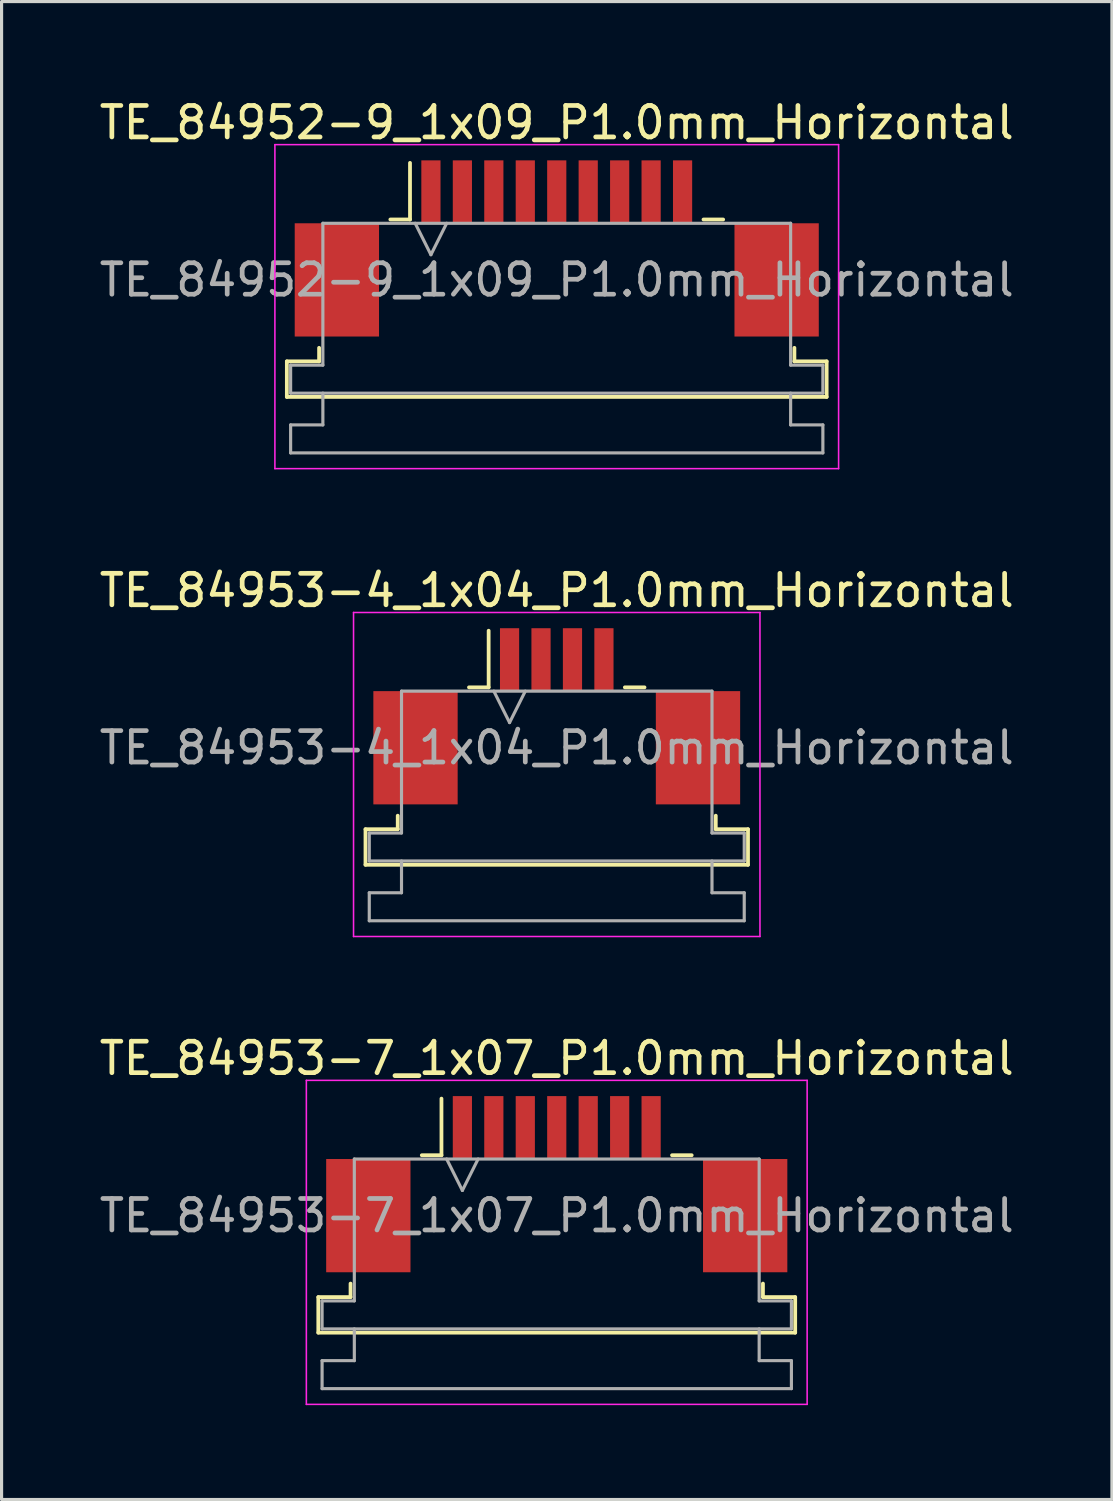
<source format=kicad_pcb>
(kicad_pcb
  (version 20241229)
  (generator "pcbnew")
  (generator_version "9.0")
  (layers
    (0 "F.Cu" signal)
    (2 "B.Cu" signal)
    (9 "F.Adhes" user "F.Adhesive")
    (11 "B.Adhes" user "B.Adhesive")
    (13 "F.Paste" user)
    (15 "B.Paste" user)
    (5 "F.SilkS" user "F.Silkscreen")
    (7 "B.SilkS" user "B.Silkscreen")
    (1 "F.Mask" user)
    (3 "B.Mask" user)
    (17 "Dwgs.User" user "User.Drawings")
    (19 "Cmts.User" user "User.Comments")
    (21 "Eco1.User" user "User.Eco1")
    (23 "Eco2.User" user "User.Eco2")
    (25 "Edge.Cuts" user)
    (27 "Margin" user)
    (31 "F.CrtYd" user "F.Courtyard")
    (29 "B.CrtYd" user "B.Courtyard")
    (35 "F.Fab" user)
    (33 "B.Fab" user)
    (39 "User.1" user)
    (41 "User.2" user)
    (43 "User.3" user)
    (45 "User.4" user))
  (footprint "TE_84952-9_1x09_P1.0mm_Horizontal"
    (layer "F.Cu")
    (at 14.649 4.848)
    (property "Reference" "TE_84952-9_1x09_P1.0mm_Horizontal" (at 0 -4 0) (layer "F.SilkS") (effects (font (size 1 1) (thickness 0.15))))
    (attr smd)
    (fp_line (start -8.58 3.59) (end -7.555 3.59) (stroke (width 0.12) (type solid)) (layer "F.SilkS"))
    (fp_line (start -8.58 4.72) (end -8.58 3.59) (stroke (width 0.12) (type solid)) (layer "F.SilkS"))
    (fp_line (start -7.555 3.59) (end -7.555 3.16) (stroke (width 0.12) (type solid)) (layer "F.SilkS"))
    (fp_line (start -5.29 -0.92) (end -4.665 -0.92) (stroke (width 0.12) (type solid)) (layer "F.SilkS"))
    (fp_line (start -4.665 -0.92) (end -4.665 -2.72) (stroke (width 0.12) (type solid)) (layer "F.SilkS"))
    (fp_line (start 4.665 -0.92) (end 5.29 -0.92) (stroke (width 0.12) (type solid)) (layer "F.SilkS"))
    (fp_line (start 7.555 3.16) (end 7.555 3.59) (stroke (width 0.12) (type solid)) (layer "F.SilkS"))
    (fp_line (start 7.555 3.59) (end 8.58 3.59) (stroke (width 0.12) (type solid)) (layer "F.SilkS"))
    (fp_line (start 8.58 3.59) (end 8.58 4.72) (stroke (width 0.12) (type solid)) (layer "F.SilkS"))
    (fp_line (start 8.58 4.72) (end -8.58 4.72) (stroke (width 0.12) (type solid)) (layer "F.SilkS"))
    (fp_line (start -8.96 -3.3) (end -8.96 7) (stroke (width 0.05) (type solid)) (layer "F.CrtYd"))
    (fp_line (start -8.96 7) (end 8.96 7) (stroke (width 0.05) (type solid)) (layer "F.CrtYd"))
    (fp_line (start 8.96 -3.3) (end -8.96 -3.3) (stroke (width 0.05) (type solid)) (layer "F.CrtYd"))
    (fp_line (start 8.96 7) (end 8.96 -3.3) (stroke (width 0.05) (type solid)) (layer "F.CrtYd"))
    (fp_line (start -8.46 3.71) (end -7.435 3.71) (stroke (width 0.1) (type solid)) (layer "F.Fab"))
    (fp_line (start -8.46 4.6) (end -8.46 3.71) (stroke (width 0.1) (type solid)) (layer "F.Fab"))
    (fp_line (start -8.46 5.61) (end -7.435 5.61) (stroke (width 0.1) (type solid)) (layer "F.Fab"))
    (fp_line (start -8.46 6.5) (end -8.46 5.61) (stroke (width 0.1) (type solid)) (layer "F.Fab"))
    (fp_line (start -7.435 -0.8) (end 7.435 -0.8) (stroke (width 0.1) (type solid)) (layer "F.Fab"))
    (fp_line (start -7.435 3.71) (end -7.435 -0.8) (stroke (width 0.1) (type solid)) (layer "F.Fab"))
    (fp_line (start -7.435 5.61) (end -7.435 4.6) (stroke (width 0.1) (type solid)) (layer "F.Fab"))
    (fp_line (start -4.5 -0.8) (end -4 0.2) (stroke (width 0.1) (type solid)) (layer "F.Fab"))
    (fp_line (start -4 0.2) (end -3.5 -0.8) (stroke (width 0.1) (type solid)) (layer "F.Fab"))
    (fp_line (start 7.435 -0.8) (end 7.435 3.71) (stroke (width 0.1) (type solid)) (layer "F.Fab"))
    (fp_line (start 7.435 3.71) (end 8.46 3.71) (stroke (width 0.1) (type solid)) (layer "F.Fab"))
    (fp_line (start 7.435 4.6) (end 7.435 5.61) (stroke (width 0.1) (type solid)) (layer "F.Fab"))
    (fp_line (start 7.435 5.61) (end 8.46 5.61) (stroke (width 0.1) (type solid)) (layer "F.Fab"))
    (fp_line (start 8.46 3.71) (end 8.46 4.6) (stroke (width 0.1) (type solid)) (layer "F.Fab"))
    (fp_line (start 8.46 4.6) (end -8.46 4.6) (stroke (width 0.1) (type solid)) (layer "F.Fab"))
    (fp_line (start 8.46 5.61) (end 8.46 6.5) (stroke (width 0.1) (type solid)) (layer "F.Fab"))
    (fp_line (start 8.46 6.5) (end -8.46 6.5) (stroke (width 0.1) (type solid)) (layer "F.Fab"))
    (fp_text user "${REFERENCE}" (at 0 1 0) (layer "F.Fab") (effects (font (size 1 1) (thickness 0.15))))
    (pad "" smd rect (at -6.99 1) (size 2.68 3.6) (layers "F.Cu" "F.Mask" "F.Paste"))
    (pad "" smd rect (at 6.99 1) (size 2.68 3.6) (layers "F.Cu" "F.Mask" "F.Paste"))
    (pad "1" smd rect (at -4 -1.8) (size 0.61 2) (layers "F.Cu" "F.Mask" "F.Paste"))
    (pad "2" smd rect (at -3 -1.8) (size 0.61 2) (layers "F.Cu" "F.Mask" "F.Paste"))
    (pad "3" smd rect (at -2 -1.8) (size 0.61 2) (layers "F.Cu" "F.Mask" "F.Paste"))
    (pad "4" smd rect (at -1 -1.8) (size 0.61 2) (layers "F.Cu" "F.Mask" "F.Paste"))
    (pad "5" smd rect (at 0 -1.8) (size 0.61 2) (layers "F.Cu" "F.Mask" "F.Paste"))
    (pad "6" smd rect (at 1 -1.8) (size 0.61 2) (layers "F.Cu" "F.Mask" "F.Paste"))
    (pad "7" smd rect (at 2 -1.8) (size 0.61 2) (layers "F.Cu" "F.Mask" "F.Paste"))
    (pad "8" smd rect (at 3 -1.8) (size 0.61 2) (layers "F.Cu" "F.Mask" "F.Paste"))
    (pad "9" smd rect (at 4 -1.8) (size 0.61 2) (layers "F.Cu" "F.Mask" "F.Paste")))
  (footprint "TE_84953-4_1x04_P1.0mm_Horizontal"
    (layer "F.Cu")
    (at 14.649 19.721)
    (property "Reference" "TE_84953-4_1x04_P1.0mm_Horizontal" (at 0 -4 0) (layer "F.SilkS") (effects (font (size 1 1) (thickness 0.15))))
    (attr smd)
    (fp_line (start -6.08 3.59) (end -5.055 3.59) (stroke (width 0.12) (type solid)) (layer "F.SilkS"))
    (fp_line (start -6.08 4.72) (end -6.08 3.59) (stroke (width 0.12) (type solid)) (layer "F.SilkS"))
    (fp_line (start -5.055 3.59) (end -5.055 3.16) (stroke (width 0.12) (type solid)) (layer "F.SilkS"))
    (fp_line (start -2.79 -0.92) (end -2.165 -0.92) (stroke (width 0.12) (type solid)) (layer "F.SilkS"))
    (fp_line (start -2.165 -0.92) (end -2.165 -2.72) (stroke (width 0.12) (type solid)) (layer "F.SilkS"))
    (fp_line (start 2.165 -0.92) (end 2.79 -0.92) (stroke (width 0.12) (type solid)) (layer "F.SilkS"))
    (fp_line (start 5.055 3.16) (end 5.055 3.59) (stroke (width 0.12) (type solid)) (layer "F.SilkS"))
    (fp_line (start 5.055 3.59) (end 6.08 3.59) (stroke (width 0.12) (type solid)) (layer "F.SilkS"))
    (fp_line (start 6.08 3.59) (end 6.08 4.72) (stroke (width 0.12) (type solid)) (layer "F.SilkS"))
    (fp_line (start 6.08 4.72) (end -6.08 4.72) (stroke (width 0.12) (type solid)) (layer "F.SilkS"))
    (fp_line (start -6.46 -3.3) (end -6.46 7) (stroke (width 0.05) (type solid)) (layer "F.CrtYd"))
    (fp_line (start -6.46 7) (end 6.46 7) (stroke (width 0.05) (type solid)) (layer "F.CrtYd"))
    (fp_line (start 6.46 -3.3) (end -6.46 -3.3) (stroke (width 0.05) (type solid)) (layer "F.CrtYd"))
    (fp_line (start 6.46 7) (end 6.46 -3.3) (stroke (width 0.05) (type solid)) (layer "F.CrtYd"))
    (fp_line (start -5.96 3.71) (end -4.935 3.71) (stroke (width 0.1) (type solid)) (layer "F.Fab"))
    (fp_line (start -5.96 4.6) (end -5.96 3.71) (stroke (width 0.1) (type solid)) (layer "F.Fab"))
    (fp_line (start -5.96 5.61) (end -4.935 5.61) (stroke (width 0.1) (type solid)) (layer "F.Fab"))
    (fp_line (start -5.96 6.5) (end -5.96 5.61) (stroke (width 0.1) (type solid)) (layer "F.Fab"))
    (fp_line (start -4.935 -0.8) (end 4.935 -0.8) (stroke (width 0.1) (type solid)) (layer "F.Fab"))
    (fp_line (start -4.935 3.71) (end -4.935 -0.8) (stroke (width 0.1) (type solid)) (layer "F.Fab"))
    (fp_line (start -4.935 5.61) (end -4.935 4.6) (stroke (width 0.1) (type solid)) (layer "F.Fab"))
    (fp_line (start -2 -0.8) (end -1.5 0.2) (stroke (width 0.1) (type solid)) (layer "F.Fab"))
    (fp_line (start -1.5 0.2) (end -1 -0.8) (stroke (width 0.1) (type solid)) (layer "F.Fab"))
    (fp_line (start 4.935 -0.8) (end 4.935 3.71) (stroke (width 0.1) (type solid)) (layer "F.Fab"))
    (fp_line (start 4.935 3.71) (end 5.96 3.71) (stroke (width 0.1) (type solid)) (layer "F.Fab"))
    (fp_line (start 4.935 4.6) (end 4.935 5.61) (stroke (width 0.1) (type solid)) (layer "F.Fab"))
    (fp_line (start 4.935 5.61) (end 5.96 5.61) (stroke (width 0.1) (type solid)) (layer "F.Fab"))
    (fp_line (start 5.96 3.71) (end 5.96 4.6) (stroke (width 0.1) (type solid)) (layer "F.Fab"))
    (fp_line (start 5.96 4.6) (end -5.96 4.6) (stroke (width 0.1) (type solid)) (layer "F.Fab"))
    (fp_line (start 5.96 5.61) (end 5.96 6.5) (stroke (width 0.1) (type solid)) (layer "F.Fab"))
    (fp_line (start 5.96 6.5) (end -5.96 6.5) (stroke (width 0.1) (type solid)) (layer "F.Fab"))
    (fp_text user "${REFERENCE}" (at 0 1 0) (layer "F.Fab") (effects (font (size 1 1) (thickness 0.15))))
    (pad "" smd rect (at -4.49 1) (size 2.68 3.6) (layers "F.Cu" "F.Mask" "F.Paste"))
    (pad "" smd rect (at 4.49 1) (size 2.68 3.6) (layers "F.Cu" "F.Mask" "F.Paste"))
    (pad "1" smd rect (at -1.5 -1.8) (size 0.61 2) (layers "F.Cu" "F.Mask" "F.Paste"))
    (pad "2" smd rect (at -0.5 -1.8) (size 0.61 2) (layers "F.Cu" "F.Mask" "F.Paste"))
    (pad "3" smd rect (at 0.5 -1.8) (size 0.61 2) (layers "F.Cu" "F.Mask" "F.Paste"))
    (pad "4" smd rect (at 1.5 -1.8) (size 0.61 2) (layers "F.Cu" "F.Mask" "F.Paste")))
  (footprint "TE_84953-7_1x07_P1.0mm_Horizontal"
    (layer "F.Cu")
    (at 14.649 34.595)
    (property "Reference" "TE_84953-7_1x07_P1.0mm_Horizontal" (at 0 -4 0) (layer "F.SilkS") (effects (font (size 1 1) (thickness 0.15))))
    (attr smd)
    (fp_line (start -7.58 3.59) (end -6.555 3.59) (stroke (width 0.12) (type solid)) (layer "F.SilkS"))
    (fp_line (start -7.58 4.72) (end -7.58 3.59) (stroke (width 0.12) (type solid)) (layer "F.SilkS"))
    (fp_line (start -6.555 3.59) (end -6.555 3.16) (stroke (width 0.12) (type solid)) (layer "F.SilkS"))
    (fp_line (start -4.29 -0.92) (end -3.665 -0.92) (stroke (width 0.12) (type solid)) (layer "F.SilkS"))
    (fp_line (start -3.665 -0.92) (end -3.665 -2.72) (stroke (width 0.12) (type solid)) (layer "F.SilkS"))
    (fp_line (start 3.665 -0.92) (end 4.29 -0.92) (stroke (width 0.12) (type solid)) (layer "F.SilkS"))
    (fp_line (start 6.555 3.16) (end 6.555 3.59) (stroke (width 0.12) (type solid)) (layer "F.SilkS"))
    (fp_line (start 6.555 3.59) (end 7.58 3.59) (stroke (width 0.12) (type solid)) (layer "F.SilkS"))
    (fp_line (start 7.58 3.59) (end 7.58 4.72) (stroke (width 0.12) (type solid)) (layer "F.SilkS"))
    (fp_line (start 7.58 4.72) (end -7.58 4.72) (stroke (width 0.12) (type solid)) (layer "F.SilkS"))
    (fp_line (start -7.96 -3.3) (end -7.96 7) (stroke (width 0.05) (type solid)) (layer "F.CrtYd"))
    (fp_line (start -7.96 7) (end 7.96 7) (stroke (width 0.05) (type solid)) (layer "F.CrtYd"))
    (fp_line (start 7.96 -3.3) (end -7.96 -3.3) (stroke (width 0.05) (type solid)) (layer "F.CrtYd"))
    (fp_line (start 7.96 7) (end 7.96 -3.3) (stroke (width 0.05) (type solid)) (layer "F.CrtYd"))
    (fp_line (start -7.46 3.71) (end -6.435 3.71) (stroke (width 0.1) (type solid)) (layer "F.Fab"))
    (fp_line (start -7.46 4.6) (end -7.46 3.71) (stroke (width 0.1) (type solid)) (layer "F.Fab"))
    (fp_line (start -7.46 5.61) (end -6.435 5.61) (stroke (width 0.1) (type solid)) (layer "F.Fab"))
    (fp_line (start -7.46 6.5) (end -7.46 5.61) (stroke (width 0.1) (type solid)) (layer "F.Fab"))
    (fp_line (start -6.435 -0.8) (end 6.435 -0.8) (stroke (width 0.1) (type solid)) (layer "F.Fab"))
    (fp_line (start -6.435 3.71) (end -6.435 -0.8) (stroke (width 0.1) (type solid)) (layer "F.Fab"))
    (fp_line (start -6.435 5.61) (end -6.435 4.6) (stroke (width 0.1) (type solid)) (layer "F.Fab"))
    (fp_line (start -3.5 -0.8) (end -3 0.2) (stroke (width 0.1) (type solid)) (layer "F.Fab"))
    (fp_line (start -3 0.2) (end -2.5 -0.8) (stroke (width 0.1) (type solid)) (layer "F.Fab"))
    (fp_line (start 6.435 -0.8) (end 6.435 3.71) (stroke (width 0.1) (type solid)) (layer "F.Fab"))
    (fp_line (start 6.435 3.71) (end 7.46 3.71) (stroke (width 0.1) (type solid)) (layer "F.Fab"))
    (fp_line (start 6.435 4.6) (end 6.435 5.61) (stroke (width 0.1) (type solid)) (layer "F.Fab"))
    (fp_line (start 6.435 5.61) (end 7.46 5.61) (stroke (width 0.1) (type solid)) (layer "F.Fab"))
    (fp_line (start 7.46 3.71) (end 7.46 4.6) (stroke (width 0.1) (type solid)) (layer "F.Fab"))
    (fp_line (start 7.46 4.6) (end -7.46 4.6) (stroke (width 0.1) (type solid)) (layer "F.Fab"))
    (fp_line (start 7.46 5.61) (end 7.46 6.5) (stroke (width 0.1) (type solid)) (layer "F.Fab"))
    (fp_line (start 7.46 6.5) (end -7.46 6.5) (stroke (width 0.1) (type solid)) (layer "F.Fab"))
    (fp_text user "${REFERENCE}" (at 0 1 0) (layer "F.Fab") (effects (font (size 1 1) (thickness 0.15))))
    (pad "" smd rect (at -5.99 1) (size 2.68 3.6) (layers "F.Cu" "F.Mask" "F.Paste"))
    (pad "" smd rect (at 5.99 1) (size 2.68 3.6) (layers "F.Cu" "F.Mask" "F.Paste"))
    (pad "1" smd rect (at -3 -1.8) (size 0.61 2) (layers "F.Cu" "F.Mask" "F.Paste"))
    (pad "2" smd rect (at -2 -1.8) (size 0.61 2) (layers "F.Cu" "F.Mask" "F.Paste"))
    (pad "3" smd rect (at -1 -1.8) (size 0.61 2) (layers "F.Cu" "F.Mask" "F.Paste"))
    (pad "4" smd rect (at 0 -1.8) (size 0.61 2) (layers "F.Cu" "F.Mask" "F.Paste"))
    (pad "5" smd rect (at 1 -1.8) (size 0.61 2) (layers "F.Cu" "F.Mask" "F.Paste"))
    (pad "6" smd rect (at 2 -1.8) (size 0.61 2) (layers "F.Cu" "F.Mask" "F.Paste"))
    (pad "7" smd rect (at 3 -1.8) (size 0.61 2) (layers "F.Cu" "F.Mask" "F.Paste")))
  (gr_rect
    (start -3 -3)
    (end 32.298 44.62)
    (stroke (width 0.1) (type default))
    (fill no)
    (layer "Edge.Cuts")))
</source>
